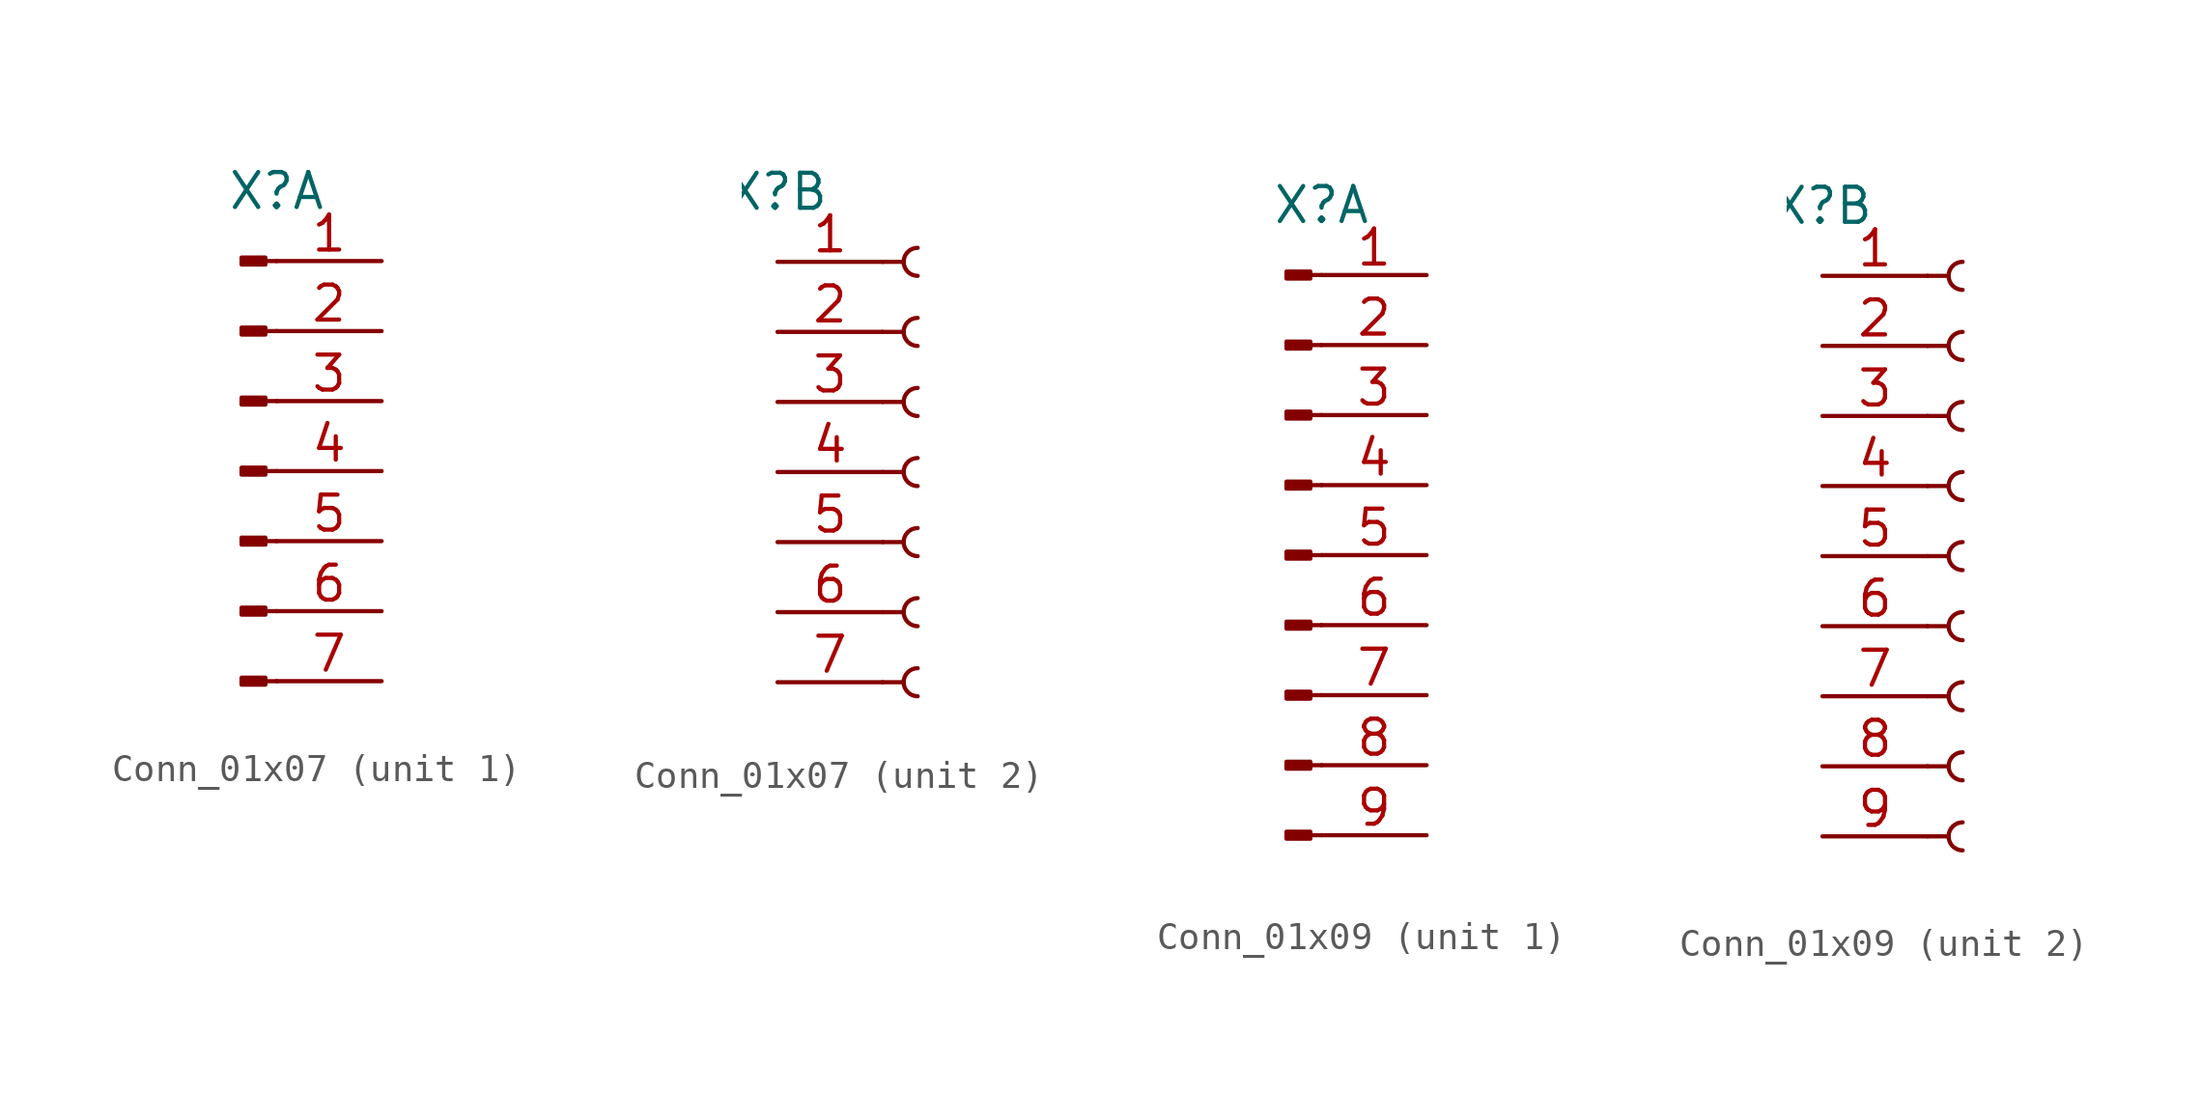
<source format=kicad_sym>
(kicad_symbol_lib
  (version 20241209)
  (generator "kicad_symbol_editor")
  (generator_version "9.0")
  (symbol "Conn_01x07"
    (pin_names
      (offset 1.016)
      (hide yes))
    (property "Reference" "X"
      (at 0 10.16 0)
      (do_not_autoplace)
      (effects (font (size 1.27 1.27))))
    (property "ki_locked" ""
      (at 0 0 0)
      (effects (font (size 1.27 1.27))))
    (symbol "Conn_01x07_1_1"
      (rectangle (start -0.406 7.747) (end -1.27 7.493) (stroke (width 0.152) (type default)) (fill (type outline)))
      (rectangle (start -0.406 5.207) (end -1.27 4.953) (stroke (width 0.152) (type default)) (fill (type outline)))
      (rectangle (start -0.406 2.667) (end -1.27 2.413) (stroke (width 0.152) (type default)) (fill (type outline)))
      (rectangle (start -0.406 0.127) (end -1.27 -0.127) (stroke (width 0.152) (type default)) (fill (type outline)))
      (rectangle (start -0.406 -2.413) (end -1.27 -2.667) (stroke (width 0.152) (type default)) (fill (type outline)))
      (rectangle (start -0.406 -4.953) (end -1.27 -5.207) (stroke (width 0.152) (type default)) (fill (type outline)))
      (rectangle (start -0.406 -7.493) (end -1.27 -7.747) (stroke (width 0.152) (type default)) (fill (type outline)))
      (polyline (pts (xy 0 7.62) (xy -0.406 7.62)) (stroke (width 0.152) (type default)) (fill (type none)))
      (polyline (pts (xy 0 5.08) (xy -0.406 5.08)) (stroke (width 0.152) (type default)) (fill (type none)))
      (polyline (pts (xy 0 2.54) (xy -0.406 2.54)) (stroke (width 0.152) (type default)) (fill (type none)))
      (polyline (pts (xy 0 0) (xy -0.406 0)) (stroke (width 0.152) (type default)) (fill (type none)))
      (polyline (pts (xy 0 -2.54) (xy -0.406 -2.54)) (stroke (width 0.152) (type default)) (fill (type none)))
      (polyline (pts (xy 0 -5.08) (xy -0.406 -5.08)) (stroke (width 0.152) (type default)) (fill (type none)))
      (polyline (pts (xy 0 -7.62) (xy -0.406 -7.62)) (stroke (width 0.152) (type default)) (fill (type none)))
      (pin passive line (at 3.81 7.62 180) (length 3.81) (name "Pin_1" (effects (font (size 1.27 1.27)))) (number "1" (effects (font (size 1.27 1.27)))))
      (pin passive line (at 3.81 5.08 180) (length 3.81) (name "Pin_2" (effects (font (size 1.27 1.27)))) (number "2" (effects (font (size 1.27 1.27)))))
      (pin passive line (at 3.81 2.54 180) (length 3.81) (name "Pin_3" (effects (font (size 1.27 1.27)))) (number "3" (effects (font (size 1.27 1.27)))))
      (pin passive line (at 3.81 0 180) (length 3.81) (name "Pin_4" (effects (font (size 1.27 1.27)))) (number "4" (effects (font (size 1.27 1.27)))))
      (pin passive line (at 3.81 -2.54 180) (length 3.81) (name "Pin_5" (effects (font (size 1.27 1.27)))) (number "5" (effects (font (size 1.27 1.27)))))
      (pin passive line (at 3.81 -5.08 180) (length 3.81) (name "Pin_6" (effects (font (size 1.27 1.27)))) (number "6" (effects (font (size 1.27 1.27)))))
      (pin passive line (at 3.81 -7.62 180) (length 3.81) (name "Pin_7" (effects (font (size 1.27 1.27)))) (number "7" (effects (font (size 1.27 1.27))))))
    (symbol "Conn_01x07_2_1"
      (polyline (pts (xy 3.81 7.62) (xy 4.572 7.62)) (stroke (width 0.152) (type default)) (fill (type none)))
      (polyline (pts (xy 3.81 5.08) (xy 4.572 5.08)) (stroke (width 0.152) (type default)) (fill (type none)))
      (polyline (pts (xy 3.81 2.54) (xy 4.572 2.54)) (stroke (width 0.152) (type default)) (fill (type none)))
      (polyline (pts (xy 3.81 0) (xy 4.572 0)) (stroke (width 0.152) (type default)) (fill (type none)))
      (polyline (pts (xy 3.81 -2.54) (xy 4.572 -2.54)) (stroke (width 0.152) (type default)) (fill (type none)))
      (polyline (pts (xy 3.81 -5.08) (xy 4.572 -5.08)) (stroke (width 0.152) (type default)) (fill (type none)))
      (polyline (pts (xy 3.81 -7.62) (xy 4.572 -7.62)) (stroke (width 0.152) (type default)) (fill (type none)))
      (arc (start 5.08 7.112) (mid 4.5742 7.62) (end 5.08 8.128) (stroke (width 0.1524) (type default)) (fill (type none)))
      (arc (start 5.08 4.572) (mid 4.5742 5.08) (end 5.08 5.588) (stroke (width 0.1524) (type default)) (fill (type none)))
      (arc (start 5.08 2.032) (mid 4.5742 2.54) (end 5.08 3.048) (stroke (width 0.1524) (type default)) (fill (type none)))
      (arc (start 5.08 -0.508) (mid 4.5742 0) (end 5.08 0.508) (stroke (width 0.1524) (type default)) (fill (type none)))
      (arc (start 5.08 -3.048) (mid 4.5742 -2.54) (end 5.08 -2.032) (stroke (width 0.1524) (type default)) (fill (type none)))
      (arc (start 5.08 -5.588) (mid 4.5742 -5.08) (end 5.08 -4.572) (stroke (width 0.1524) (type default)) (fill (type none)))
      (arc (start 5.08 -8.128) (mid 4.5742 -7.62) (end 5.08 -7.112) (stroke (width 0.1524) (type default)) (fill (type none)))
      (pin passive line (at 0 7.62 0) (length 3.81) (name "Pin_1" (effects (font (size 1.27 1.27)))) (number "1" (effects (font (size 1.27 1.27)))))
      (pin passive line (at 0 5.08 0) (length 3.81) (name "Pin_2" (effects (font (size 1.27 1.27)))) (number "2" (effects (font (size 1.27 1.27)))))
      (pin passive line (at 0 2.54 0) (length 3.81) (name "Pin_3" (effects (font (size 1.27 1.27)))) (number "3" (effects (font (size 1.27 1.27)))))
      (pin passive line (at 0 0 0) (length 3.81) (name "Pin_4" (effects (font (size 1.27 1.27)))) (number "4" (effects (font (size 1.27 1.27)))))
      (pin passive line (at 0 -2.54 0) (length 3.81) (name "Pin_5" (effects (font (size 1.27 1.27)))) (number "5" (effects (font (size 1.27 1.27)))))
      (pin passive line (at 0 -5.08 0) (length 3.81) (name "Pin_6" (effects (font (size 1.27 1.27)))) (number "6" (effects (font (size 1.27 1.27)))))
      (pin passive line (at 0 -7.62 0) (length 3.81) (name "Pin_7" (effects (font (size 1.27 1.27)))) (number "7" (effects (font (size 1.27 1.27)))))))
  (symbol "Conn_01x09"
    (pin_names
      (offset 1.016)
      (hide yes))
    (property "Reference" "X"
      (at 0 12.7 0)
      (do_not_autoplace)
      (effects (font (size 1.27 1.27))))
    (property "ki_locked" ""
      (at 0 0 0)
      (effects (font (size 1.27 1.27))))
    (symbol "Conn_01x09_1_1"
      (rectangle (start -0.406 10.287) (end -1.27 10.033) (stroke (width 0.152) (type default)) (fill (type outline)))
      (rectangle (start -0.406 7.747) (end -1.27 7.493) (stroke (width 0.152) (type default)) (fill (type outline)))
      (rectangle (start -0.406 5.207) (end -1.27 4.953) (stroke (width 0.152) (type default)) (fill (type outline)))
      (rectangle (start -0.406 2.667) (end -1.27 2.413) (stroke (width 0.152) (type default)) (fill (type outline)))
      (rectangle (start -0.406 0.127) (end -1.27 -0.127) (stroke (width 0.152) (type default)) (fill (type outline)))
      (rectangle (start -0.406 -2.413) (end -1.27 -2.667) (stroke (width 0.152) (type default)) (fill (type outline)))
      (rectangle (start -0.406 -4.953) (end -1.27 -5.207) (stroke (width 0.152) (type default)) (fill (type outline)))
      (rectangle (start -0.406 -7.493) (end -1.27 -7.747) (stroke (width 0.152) (type default)) (fill (type outline)))
      (rectangle (start -0.406 -10.033) (end -1.27 -10.287) (stroke (width 0.152) (type default)) (fill (type outline)))
      (polyline (pts (xy 0 10.16) (xy -0.406 10.16)) (stroke (width 0.152) (type default)) (fill (type none)))
      (polyline (pts (xy 0 7.62) (xy -0.406 7.62)) (stroke (width 0.152) (type default)) (fill (type none)))
      (polyline (pts (xy 0 5.08) (xy -0.406 5.08)) (stroke (width 0.152) (type default)) (fill (type none)))
      (polyline (pts (xy 0 2.54) (xy -0.406 2.54)) (stroke (width 0.152) (type default)) (fill (type none)))
      (polyline (pts (xy 0 0) (xy -0.406 0)) (stroke (width 0.152) (type default)) (fill (type none)))
      (polyline (pts (xy 0 -2.54) (xy -0.406 -2.54)) (stroke (width 0.152) (type default)) (fill (type none)))
      (polyline (pts (xy 0 -5.08) (xy -0.406 -5.08)) (stroke (width 0.152) (type default)) (fill (type none)))
      (polyline (pts (xy 0 -7.62) (xy -0.406 -7.62)) (stroke (width 0.152) (type default)) (fill (type none)))
      (polyline (pts (xy 0 -10.16) (xy -0.406 -10.16)) (stroke (width 0.152) (type default)) (fill (type none)))
      (pin passive line (at 3.81 10.16 180) (length 3.81) (name "Pin_1" (effects (font (size 1.27 1.27)))) (number "1" (effects (font (size 1.27 1.27)))))
      (pin passive line (at 3.81 7.62 180) (length 3.81) (name "Pin_2" (effects (font (size 1.27 1.27)))) (number "2" (effects (font (size 1.27 1.27)))))
      (pin passive line (at 3.81 5.08 180) (length 3.81) (name "Pin_3" (effects (font (size 1.27 1.27)))) (number "3" (effects (font (size 1.27 1.27)))))
      (pin passive line (at 3.81 2.54 180) (length 3.81) (name "Pin_4" (effects (font (size 1.27 1.27)))) (number "4" (effects (font (size 1.27 1.27)))))
      (pin passive line (at 3.81 0 180) (length 3.81) (name "Pin_5" (effects (font (size 1.27 1.27)))) (number "5" (effects (font (size 1.27 1.27)))))
      (pin passive line (at 3.81 -2.54 180) (length 3.81) (name "Pin_6" (effects (font (size 1.27 1.27)))) (number "6" (effects (font (size 1.27 1.27)))))
      (pin passive line (at 3.81 -5.08 180) (length 3.81) (name "Pin_7" (effects (font (size 1.27 1.27)))) (number "7" (effects (font (size 1.27 1.27)))))
      (pin passive line (at 3.81 -7.62 180) (length 3.81) (name "Pin_8" (effects (font (size 1.27 1.27)))) (number "8" (effects (font (size 1.27 1.27)))))
      (pin passive line (at 3.81 -10.16 180) (length 3.81) (name "Pin_9" (effects (font (size 1.27 1.27)))) (number "9" (effects (font (size 1.27 1.27))))))
    (symbol "Conn_01x09_2_1"
      (polyline (pts (xy 3.81 10.16) (xy 4.572 10.16)) (stroke (width 0.152) (type default)) (fill (type none)))
      (polyline (pts (xy 3.81 7.62) (xy 4.572 7.62)) (stroke (width 0.152) (type default)) (fill (type none)))
      (polyline (pts (xy 3.81 5.08) (xy 4.572 5.08)) (stroke (width 0.152) (type default)) (fill (type none)))
      (polyline (pts (xy 3.81 2.54) (xy 4.572 2.54)) (stroke (width 0.152) (type default)) (fill (type none)))
      (polyline (pts (xy 3.81 0) (xy 4.572 0)) (stroke (width 0.152) (type default)) (fill (type none)))
      (polyline (pts (xy 3.81 -2.54) (xy 4.572 -2.54)) (stroke (width 0.152) (type default)) (fill (type none)))
      (polyline (pts (xy 3.81 -5.08) (xy 4.572 -5.08)) (stroke (width 0.152) (type default)) (fill (type none)))
      (polyline (pts (xy 3.81 -7.62) (xy 4.572 -7.62)) (stroke (width 0.152) (type default)) (fill (type none)))
      (polyline (pts (xy 3.81 -10.16) (xy 4.572 -10.16)) (stroke (width 0.152) (type default)) (fill (type none)))
      (arc (start 5.08 9.652) (mid 4.5742 10.16) (end 5.08 10.668) (stroke (width 0.1524) (type default)) (fill (type none)))
      (arc (start 5.08 7.112) (mid 4.5742 7.62) (end 5.08 8.128) (stroke (width 0.1524) (type default)) (fill (type none)))
      (arc (start 5.08 4.572) (mid 4.5742 5.08) (end 5.08 5.588) (stroke (width 0.1524) (type default)) (fill (type none)))
      (arc (start 5.08 2.032) (mid 4.5742 2.54) (end 5.08 3.048) (stroke (width 0.1524) (type default)) (fill (type none)))
      (arc (start 5.08 -0.508) (mid 4.5742 0) (end 5.08 0.508) (stroke (width 0.1524) (type default)) (fill (type none)))
      (arc (start 5.08 -3.048) (mid 4.5742 -2.54) (end 5.08 -2.032) (stroke (width 0.1524) (type default)) (fill (type none)))
      (arc (start 5.08 -5.588) (mid 4.5742 -5.08) (end 5.08 -4.572) (stroke (width 0.1524) (type default)) (fill (type none)))
      (arc (start 5.08 -8.128) (mid 4.5742 -7.62) (end 5.08 -7.112) (stroke (width 0.1524) (type default)) (fill (type none)))
      (arc (start 5.08 -10.668) (mid 4.5742 -10.16) (end 5.08 -9.652) (stroke (width 0.1524) (type default)) (fill (type none)))
      (pin passive line (at 0 10.16 0) (length 3.81) (name "Pin_1" (effects (font (size 1.27 1.27)))) (number "1" (effects (font (size 1.27 1.27)))))
      (pin passive line (at 0 7.62 0) (length 3.81) (name "Pin_2" (effects (font (size 1.27 1.27)))) (number "2" (effects (font (size 1.27 1.27)))))
      (pin passive line (at 0 5.08 0) (length 3.81) (name "Pin_3" (effects (font (size 1.27 1.27)))) (number "3" (effects (font (size 1.27 1.27)))))
      (pin passive line (at 0 2.54 0) (length 3.81) (name "Pin_4" (effects (font (size 1.27 1.27)))) (number "4" (effects (font (size 1.27 1.27)))))
      (pin passive line (at 0 0 0) (length 3.81) (name "Pin_5" (effects (font (size 1.27 1.27)))) (number "5" (effects (font (size 1.27 1.27)))))
      (pin passive line (at 0 -2.54 0) (length 3.81) (name "Pin_6" (effects (font (size 1.27 1.27)))) (number "6" (effects (font (size 1.27 1.27)))))
      (pin passive line (at 0 -5.08 0) (length 3.81) (name "Pin_7" (effects (font (size 1.27 1.27)))) (number "7" (effects (font (size 1.27 1.27)))))
      (pin passive line (at 0 -7.62 0) (length 3.81) (name "Pin_8" (effects (font (size 1.27 1.27)))) (number "8" (effects (font (size 1.27 1.27)))))
      (pin passive line (at 0 -10.16 0) (length 3.81) (name "Pin_9" (effects (font (size 1.27 1.27)))) (number "9" (effects (font (size 1.27 1.27))))))))
</source>
